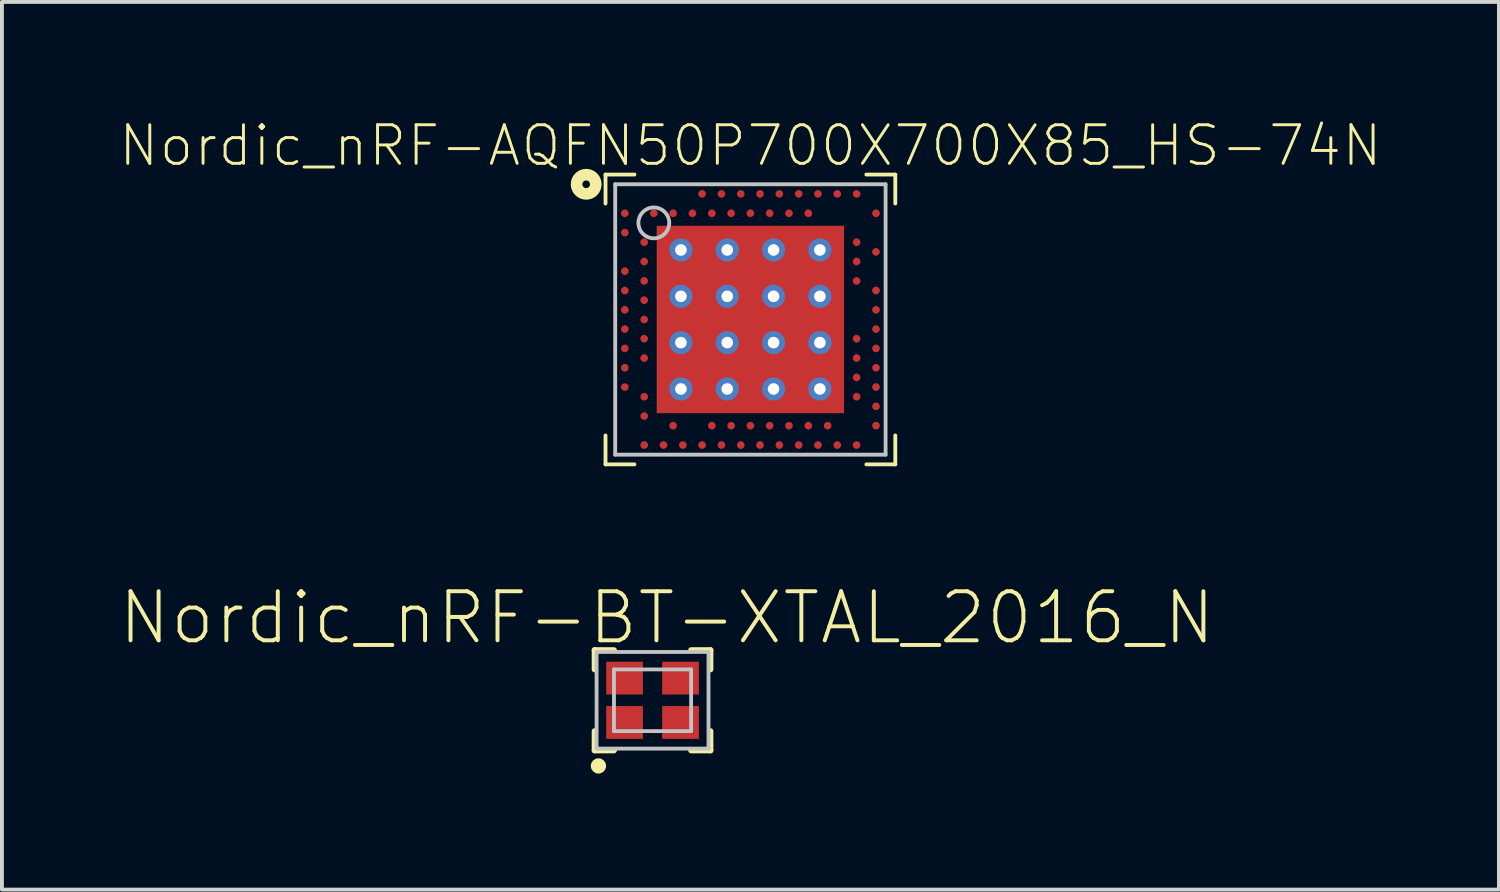
<source format=kicad_pcb>
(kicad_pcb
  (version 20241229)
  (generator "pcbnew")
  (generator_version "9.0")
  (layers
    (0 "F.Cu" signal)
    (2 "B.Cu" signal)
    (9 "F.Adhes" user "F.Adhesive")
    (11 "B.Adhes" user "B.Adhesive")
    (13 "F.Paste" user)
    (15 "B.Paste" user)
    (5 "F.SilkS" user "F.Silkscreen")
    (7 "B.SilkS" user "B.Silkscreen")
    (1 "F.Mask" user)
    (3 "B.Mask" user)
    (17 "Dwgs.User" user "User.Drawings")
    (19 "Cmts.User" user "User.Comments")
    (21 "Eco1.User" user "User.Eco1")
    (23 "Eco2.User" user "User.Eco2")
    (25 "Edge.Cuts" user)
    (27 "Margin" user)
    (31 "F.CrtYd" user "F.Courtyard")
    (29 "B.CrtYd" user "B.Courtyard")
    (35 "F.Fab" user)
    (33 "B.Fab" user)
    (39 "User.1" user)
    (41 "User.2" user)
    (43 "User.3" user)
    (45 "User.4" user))
  (footprint "Nordic_nRF-AQFN50P700X700X85_HS-74N"
    (layer "F.Cu")
    (at 16.366 5.216)
    (property "Reference" "Nordic_nRF-AQFN50P700X700X85_HS-74N" (at 0 -4.498 0) (layer "F.SilkS") (effects (font (size 0.998 0.998) (thickness 0.076))))
    (attr smd)
    (fp_line (start -3.749 -3.749) (end -3.749 -3) (stroke (width 0.099) (type solid)) (layer "F.SilkS"))
    (fp_line (start -3.749 3) (end -3.749 3.749) (stroke (width 0.099) (type solid)) (layer "F.SilkS"))
    (fp_line (start -3.749 3.749) (end -3 3.749) (stroke (width 0.099) (type solid)) (layer "F.SilkS"))
    (fp_line (start -3 -3.749) (end -3.749 -3.749) (stroke (width 0.099) (type solid)) (layer "F.SilkS"))
    (fp_line (start 3 3.749) (end 3.749 3.749) (stroke (width 0.099) (type solid)) (layer "F.SilkS"))
    (fp_line (start 3.749 -3.749) (end 3 -3.749) (stroke (width 0.099) (type solid)) (layer "F.SilkS"))
    (fp_line (start 3.749 -3) (end 3.749 -3.749) (stroke (width 0.099) (type solid)) (layer "F.SilkS"))
    (fp_line (start 3.749 3.749) (end 3.749 3) (stroke (width 0.099) (type solid)) (layer "F.SilkS"))
    (fp_circle (center -4.249 -3.498) (end -4.249 -3.597) (stroke (width 0.3) (type solid)) (fill no) (layer "F.SilkS"))
    (fp_line (start -3.498 -3.498) (end 3.498 -3.498) (stroke (width 0.099) (type solid)) (layer "Dwgs.User"))
    (fp_line (start -3.498 3.498) (end -3.498 -3.498) (stroke (width 0.099) (type solid)) (layer "Dwgs.User"))
    (fp_line (start 3.498 -3.498) (end 3.498 3.498) (stroke (width 0.099) (type solid)) (layer "Dwgs.User"))
    (fp_line (start 3.498 3.498) (end -3.498 3.498) (stroke (width 0.099) (type solid)) (layer "Dwgs.User"))
    (fp_circle (center -2.499 -2.499) (end -2.499 -2.898) (stroke (width 0.099) (type solid)) (fill no) (layer "Dwgs.User"))
    (pad "P$74" smd rect (at 0 0) (size 4.849 4.849) (layers "F.Cu" "F.Mask" "F.Paste"))
    (pad "P$75" thru_hole circle (at -1.798 -1.798) (size 0.599 0.599) (drill 0.3) (layers "*.Cu" "*.Paste" "*.Mask"))
    (pad "P$76" thru_hole circle (at -0.599 -1.798) (size 0.599 0.599) (drill 0.3) (layers "*.Cu" "*.Paste" "*.Mask"))
    (pad "P$77" thru_hole circle (at 0.599 -1.798) (size 0.599 0.599) (drill 0.3) (layers "*.Cu" "*.Paste" "*.Mask"))
    (pad "P$78" thru_hole circle (at 1.798 -1.798) (size 0.599 0.599) (drill 0.3) (layers "*.Cu" "*.Paste" "*.Mask"))
    (pad "P$79" thru_hole circle (at -1.798 -0.599) (size 0.599 0.599) (drill 0.3) (layers "*.Cu" "*.Paste" "*.Mask"))
    (pad "P$80" thru_hole circle (at -0.599 -0.599) (size 0.599 0.599) (drill 0.3) (layers "*.Cu" "*.Paste" "*.Mask"))
    (pad "P$81" thru_hole circle (at 0.599 -0.599) (size 0.599 0.599) (drill 0.3) (layers "*.Cu" "*.Paste" "*.Mask"))
    (pad "P$82" thru_hole circle (at 1.798 -0.599) (size 0.599 0.599) (drill 0.3) (layers "*.Cu" "*.Paste" "*.Mask"))
    (pad "P$83" thru_hole circle (at -1.798 0.599) (size 0.599 0.599) (drill 0.3) (layers "*.Cu" "*.Paste" "*.Mask"))
    (pad "P$84" thru_hole circle (at -0.599 0.599) (size 0.599 0.599) (drill 0.3) (layers "*.Cu" "*.Paste" "*.Mask"))
    (pad "P$85" thru_hole circle (at 0.599 0.599) (size 0.599 0.599) (drill 0.3) (layers "*.Cu" "*.Paste" "*.Mask"))
    (pad "P$86" thru_hole circle (at 1.798 0.599) (size 0.599 0.599) (drill 0.3) (layers "*.Cu" "*.Paste" "*.Mask"))
    (pad "P$87" thru_hole circle (at -1.798 1.798) (size 0.599 0.599) (drill 0.3) (layers "*.Cu" "*.Paste" "*.Mask"))
    (pad "P$88" thru_hole circle (at -0.599 1.798) (size 0.599 0.599) (drill 0.3) (layers "*.Cu" "*.Paste" "*.Mask"))
    (pad "P$89" thru_hole circle (at 0.599 1.798) (size 0.599 0.599) (drill 0.3) (layers "*.Cu" "*.Paste" "*.Mask"))
    (pad "P$90" thru_hole circle (at 1.798 1.798) (size 0.599 0.599) (drill 0.3) (layers "*.Cu" "*.Paste" "*.Mask"))
    (pad "P$A1" smd circle (at -0.749 -3.249) (size 0.198 0.198) (layers "F.Cu" "F.Mask" "F.Paste"))
    (pad "P$A1" smd circle (at -0.249 -3.249) (size 0.198 0.198) (layers "F.Cu" "F.Mask" "F.Paste"))
    (pad "P$A1" smd circle (at 0.249 -3.249) (size 0.198 0.198) (layers "F.Cu" "F.Mask" "F.Paste"))
    (pad "P$A1" smd circle (at 0.749 -3.249) (size 0.198 0.198) (layers "F.Cu" "F.Mask" "F.Paste"))
    (pad "P$A1" smd circle (at 1.25 -3.249) (size 0.198 0.198) (layers "F.Cu" "F.Mask" "F.Paste"))
    (pad "P$A2" smd circle (at 1.748 -3.249) (size 0.198 0.198) (layers "F.Cu" "F.Mask" "F.Paste"))
    (pad "P$A2" smd circle (at 2.248 -3.249) (size 0.198 0.198) (layers "F.Cu" "F.Mask" "F.Paste"))
    (pad "P$A2" smd circle (at 2.748 -3.249) (size 0.198 0.198) (layers "F.Cu" "F.Mask" "F.Paste"))
    (pad "P$A8" smd circle (at -1.25 -3.249) (size 0.198 0.198) (layers "F.Cu" "F.Mask" "F.Paste"))
    (pad "P$AA" smd circle (at 3.249 2.248) (size 0.198 0.198) (layers "F.Cu" "F.Mask" "F.Paste"))
    (pad "P$AB" smd circle (at -2.748 2.499) (size 0.198 0.198) (layers "F.Cu" "F.Mask" "F.Paste"))
    (pad "P$AC" smd circle (at -1.999 2.748) (size 0.198 0.198) (layers "F.Cu" "F.Mask" "F.Paste"))
    (pad "P$AC" smd circle (at -0.998 2.748) (size 0.198 0.198) (layers "F.Cu" "F.Mask" "F.Paste"))
    (pad "P$AC" smd circle (at -0.498 2.748) (size 0.198 0.198) (layers "F.Cu" "F.Mask" "F.Paste"))
    (pad "P$AC" smd circle (at 0 2.748) (size 0.198 0.198) (layers "F.Cu" "F.Mask" "F.Paste"))
    (pad "P$AC" smd circle (at 0.498 2.748) (size 0.198 0.198) (layers "F.Cu" "F.Mask" "F.Paste"))
    (pad "P$AC" smd circle (at 0.998 2.748) (size 0.198 0.198) (layers "F.Cu" "F.Mask" "F.Paste"))
    (pad "P$AC" smd circle (at 1.499 2.748) (size 0.198 0.198) (layers "F.Cu" "F.Mask" "F.Paste"))
    (pad "P$AC" smd circle (at 1.999 2.748) (size 0.198 0.198) (layers "F.Cu" "F.Mask" "F.Paste"))
    (pad "P$AC" smd circle (at 3.249 2.748) (size 0.198 0.198) (layers "F.Cu" "F.Mask" "F.Paste"))
    (pad "P$AD" smd circle (at -2.748 3.249) (size 0.198 0.198) (layers "F.Cu" "F.Mask" "F.Paste"))
    (pad "P$AD" smd circle (at -2.248 3.249) (size 0.198 0.198) (layers "F.Cu" "F.Mask" "F.Paste"))
    (pad "P$AD" smd circle (at -1.748 3.249) (size 0.198 0.198) (layers "F.Cu" "F.Mask" "F.Paste"))
    (pad "P$AD" smd circle (at -1.25 3.249) (size 0.198 0.198) (layers "F.Cu" "F.Mask" "F.Paste"))
    (pad "P$AD" smd circle (at -0.749 3.249) (size 0.198 0.198) (layers "F.Cu" "F.Mask" "F.Paste"))
    (pad "P$AD" smd circle (at -0.249 3.249) (size 0.198 0.198) (layers "F.Cu" "F.Mask" "F.Paste"))
    (pad "P$AD" smd circle (at 0.249 3.249) (size 0.198 0.198) (layers "F.Cu" "F.Mask" "F.Paste"))
    (pad "P$AD" smd circle (at 0.749 3.249) (size 0.198 0.198) (layers "F.Cu" "F.Mask" "F.Paste"))
    (pad "P$AD" smd circle (at 1.25 3.249) (size 0.198 0.198) (layers "F.Cu" "F.Mask" "F.Paste"))
    (pad "P$AD" smd circle (at 1.748 3.249) (size 0.198 0.198) (layers "F.Cu" "F.Mask" "F.Paste"))
    (pad "P$AD" smd circle (at 2.248 3.249) (size 0.198 0.198) (layers "F.Cu" "F.Mask" "F.Paste"))
    (pad "P$AD" smd circle (at 2.748 3.249) (size 0.198 0.198) (layers "F.Cu" "F.Mask" "F.Paste"))
    (pad "P$B1" smd circle (at -3.249 -2.748) (size 0.198 0.198) (layers "F.Cu" "F.Mask" "F.Paste"))
    (pad "P$B1" smd circle (at -0.498 -2.748) (size 0.198 0.198) (layers "F.Cu" "F.Mask" "F.Paste"))
    (pad "P$B1" smd circle (at 0 -2.748) (size 0.198 0.198) (layers "F.Cu" "F.Mask" "F.Paste"))
    (pad "P$B1" smd circle (at 0.498 -2.748) (size 0.198 0.198) (layers "F.Cu" "F.Mask" "F.Paste"))
    (pad "P$B1" smd circle (at 0.998 -2.748) (size 0.198 0.198) (layers "F.Cu" "F.Mask" "F.Paste"))
    (pad "P$B1" smd circle (at 1.499 -2.748) (size 0.198 0.198) (layers "F.Cu" "F.Mask" "F.Paste"))
    (pad "P$B2" smd circle (at 3.249 -2.748) (size 0.198 0.198) (layers "F.Cu" "F.Mask" "F.Paste"))
    (pad "P$B3" smd circle (at -2.499 -2.748) (size 0.198 0.198) (layers "F.Cu" "F.Mask" "F.Paste"))
    (pad "P$B5" smd circle (at -1.999 -2.748) (size 0.198 0.198) (layers "F.Cu" "F.Mask" "F.Paste"))
    (pad "P$B7" smd circle (at -1.499 -2.748) (size 0.198 0.198) (layers "F.Cu" "F.Mask" "F.Paste"))
    (pad "P$B9" smd circle (at -0.998 -2.748) (size 0.198 0.198) (layers "F.Cu" "F.Mask" "F.Paste"))
    (pad "P$C1" smd circle (at -3.249 -2.248) (size 0.198 0.198) (layers "F.Cu" "F.Mask" "F.Paste"))
    (pad "P$D2" smd circle (at -2.748 -1.999) (size 0.198 0.198) (layers "F.Cu" "F.Mask" "F.Paste"))
    (pad "P$D2" smd circle (at 2.748 -1.999) (size 0.198 0.198) (layers "F.Cu" "F.Mask" "F.Paste"))
    (pad "P$E2" smd circle (at 3.249 -1.748) (size 0.198 0.198) (layers "F.Cu" "F.Mask" "F.Paste"))
    (pad "P$F2" smd circle (at -2.748 -1.499) (size 0.198 0.198) (layers "F.Cu" "F.Mask" "F.Paste"))
    (pad "P$F2" smd circle (at 2.748 -1.499) (size 0.198 0.198) (layers "F.Cu" "F.Mask" "F.Paste"))
    (pad "P$G1" smd circle (at -3.249 -1.25) (size 0.198 0.198) (layers "F.Cu" "F.Mask" "F.Paste"))
    (pad "P$H2" smd circle (at -2.748 -0.998) (size 0.198 0.198) (layers "F.Cu" "F.Mask" "F.Paste"))
    (pad "P$H2" smd circle (at 2.748 -0.998) (size 0.198 0.198) (layers "F.Cu" "F.Mask" "F.Paste"))
    (pad "P$J1" smd circle (at -3.249 -0.749) (size 0.198 0.198) (layers "F.Cu" "F.Mask" "F.Paste"))
    (pad "P$J2" smd circle (at 3.249 -0.749) (size 0.198 0.198) (layers "F.Cu" "F.Mask" "F.Paste"))
    (pad "P$K2" smd circle (at -2.748 -0.498) (size 0.198 0.198) (layers "F.Cu" "F.Mask" "F.Paste"))
    (pad "P$L1" smd circle (at -3.249 -0.249) (size 0.198 0.198) (layers "F.Cu" "F.Mask" "F.Paste"))
    (pad "P$L2" smd circle (at 3.249 -0.249) (size 0.198 0.198) (layers "F.Cu" "F.Mask" "F.Paste"))
    (pad "P$M2" smd circle (at -2.748 0) (size 0.198 0.198) (layers "F.Cu" "F.Mask" "F.Paste"))
    (pad "P$N1" smd circle (at -3.249 0.249) (size 0.198 0.198) (layers "F.Cu" "F.Mask" "F.Paste"))
    (pad "P$N2" smd circle (at 3.249 0.249) (size 0.198 0.198) (layers "F.Cu" "F.Mask" "F.Paste"))
    (pad "P$P2" smd circle (at -2.748 0.498) (size 0.198 0.198) (layers "F.Cu" "F.Mask" "F.Paste"))
    (pad "P$P2" smd circle (at 2.748 0.498) (size 0.198 0.198) (layers "F.Cu" "F.Mask" "F.Paste"))
    (pad "P$R1" smd circle (at -3.249 0.749) (size 0.198 0.198) (layers "F.Cu" "F.Mask" "F.Paste"))
    (pad "P$R2" smd circle (at 3.249 0.749) (size 0.198 0.198) (layers "F.Cu" "F.Mask" "F.Paste"))
    (pad "P$T2" smd circle (at -2.748 0.998) (size 0.198 0.198) (layers "F.Cu" "F.Mask" "F.Paste"))
    (pad "P$T2" smd circle (at 2.748 0.998) (size 0.198 0.198) (layers "F.Cu" "F.Mask" "F.Paste"))
    (pad "P$U1" smd circle (at -3.249 1.25) (size 0.198 0.198) (layers "F.Cu" "F.Mask" "F.Paste"))
    (pad "P$U2" smd circle (at 3.249 1.25) (size 0.198 0.198) (layers "F.Cu" "F.Mask" "F.Paste"))
    (pad "P$V2" smd circle (at 2.748 1.499) (size 0.198 0.198) (layers "F.Cu" "F.Mask" "F.Paste"))
    (pad "P$W1" smd circle (at -3.249 1.748) (size 0.198 0.198) (layers "F.Cu" "F.Mask" "F.Paste"))
    (pad "P$W2" smd circle (at 3.249 1.748) (size 0.198 0.198) (layers "F.Cu" "F.Mask" "F.Paste"))
    (pad "P$Y2" smd circle (at -2.748 1.999) (size 0.198 0.198) (layers "F.Cu" "F.Mask" "F.Paste"))
    (pad "P$Y2" smd circle (at 2.748 1.999) (size 0.198 0.198) (layers "F.Cu" "F.Mask" "F.Paste")))
  (footprint "Nordic_nRF-BT-XTAL_2016_N"
    (layer "F.Cu")
    (at 13.834 15.069)
    (property "Reference" "Nordic_nRF-BT-XTAL_2016_N" (at 0.373 -2.134 0) (layer "F.SilkS") (effects (font (size 1.27 1.27) (thickness 0.102))))
    (attr smd)
    (fp_line (start -1.499 -1.298) (end -1.499 -0.798) (stroke (width 0.15) (type solid)) (layer "F.SilkS"))
    (fp_line (start -1.499 0.798) (end -1.499 1.298) (stroke (width 0.15) (type solid)) (layer "F.SilkS"))
    (fp_line (start -1.499 1.298) (end -0.998 1.298) (stroke (width 0.15) (type solid)) (layer "F.SilkS"))
    (fp_line (start -0.998 -1.298) (end -1.499 -1.298) (stroke (width 0.15) (type solid)) (layer "F.SilkS"))
    (fp_line (start 0.998 1.298) (end 1.499 1.298) (stroke (width 0.15) (type solid)) (layer "F.SilkS"))
    (fp_line (start 1.499 -1.298) (end 0.998 -1.298) (stroke (width 0.15) (type solid)) (layer "F.SilkS"))
    (fp_line (start 1.499 -0.798) (end 1.499 -1.298) (stroke (width 0.15) (type solid)) (layer "F.SilkS"))
    (fp_line (start 1.499 1.298) (end 1.499 0.798) (stroke (width 0.15) (type solid)) (layer "F.SilkS"))
    (fp_circle (center -1.4 1.699) (end -1.4 1.6) (stroke (width 0.198) (type solid)) (fill no) (layer "F.SilkS"))
    (fp_line (start -1.448 -1.25) (end -1.448 1.25) (stroke (width 0.099) (type solid)) (layer "Dwgs.User"))
    (fp_line (start -1.448 1.25) (end 1.448 1.25) (stroke (width 0.099) (type solid)) (layer "Dwgs.User"))
    (fp_line (start -0.998 -0.798) (end -0.998 0.798) (stroke (width 0.099) (type solid)) (layer "Dwgs.User"))
    (fp_line (start -0.998 0.798) (end 0.998 0.798) (stroke (width 0.099) (type solid)) (layer "Dwgs.User"))
    (fp_line (start 0.998 -0.798) (end -0.998 -0.798) (stroke (width 0.099) (type solid)) (layer "Dwgs.User"))
    (fp_line (start 0.998 0.798) (end 0.998 -0.798) (stroke (width 0.099) (type solid)) (layer "Dwgs.User"))
    (fp_line (start 1.448 -1.25) (end -1.448 -1.25) (stroke (width 0.099) (type solid)) (layer "Dwgs.User"))
    (fp_line (start 1.448 1.25) (end 1.448 -1.25) (stroke (width 0.099) (type solid)) (layer "Dwgs.User"))
    (pad "1" smd rect (at -0.724 0.574) (size 0.95 0.848) (layers "F.Cu" "F.Mask" "F.Paste"))
    (pad "2" smd rect (at 0.724 0.574) (size 0.95 0.848) (layers "F.Cu" "F.Mask" "F.Paste"))
    (pad "3" smd rect (at 0.724 -0.574) (size 0.95 0.848) (layers "F.Cu" "F.Mask" "F.Paste"))
    (pad "4" smd rect (at -0.724 -0.574) (size 0.95 0.848) (layers "F.Cu" "F.Mask" "F.Paste")))
  (gr_rect
    (start -3 -3)
    (end 35.733 19.967)
    (stroke (width 0.1) (type default))
    (fill no)
    (layer "Edge.Cuts")))
</source>
